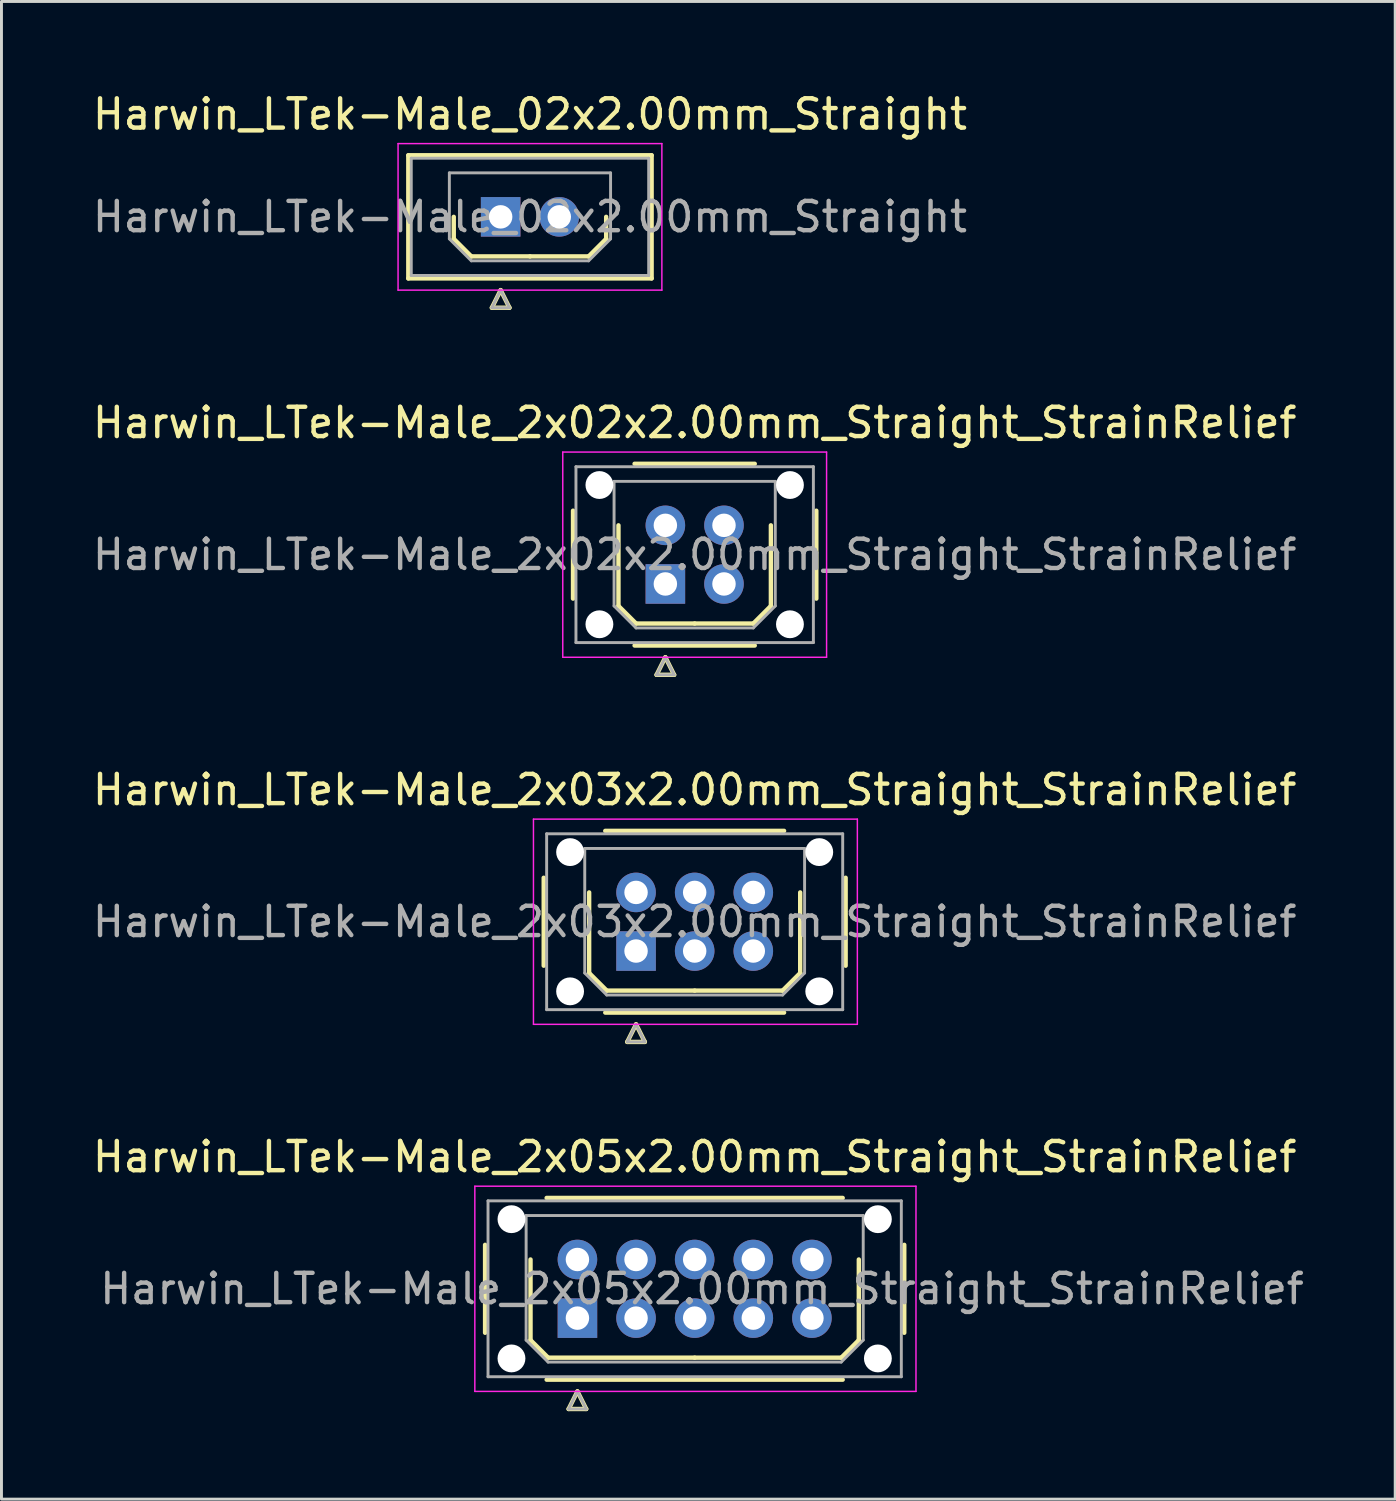
<source format=kicad_pcb>
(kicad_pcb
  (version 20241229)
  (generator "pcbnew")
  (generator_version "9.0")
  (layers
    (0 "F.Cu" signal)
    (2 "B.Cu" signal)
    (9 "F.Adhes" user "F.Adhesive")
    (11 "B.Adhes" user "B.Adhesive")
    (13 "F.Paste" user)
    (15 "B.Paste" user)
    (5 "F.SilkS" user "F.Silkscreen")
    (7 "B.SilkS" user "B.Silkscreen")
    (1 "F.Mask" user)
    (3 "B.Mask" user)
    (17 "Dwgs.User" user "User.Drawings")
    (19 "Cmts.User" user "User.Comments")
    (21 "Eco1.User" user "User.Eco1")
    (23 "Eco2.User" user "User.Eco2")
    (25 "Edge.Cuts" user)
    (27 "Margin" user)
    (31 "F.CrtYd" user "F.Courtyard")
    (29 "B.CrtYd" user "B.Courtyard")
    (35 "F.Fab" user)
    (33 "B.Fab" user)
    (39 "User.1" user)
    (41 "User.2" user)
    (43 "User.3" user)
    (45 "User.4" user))
  (footprint "Harwin_LTek-Male_02x2.00mm_Straight"
    (layer "F.Cu")
    (at 14.03 4.348)
    (property "Reference" "Harwin_LTek-Male_02x2.00mm_Straight" (at 1 -3.5 0) (layer "F.SilkS") (effects (font (size 1 1) (thickness 0.15))))
    (attr through_hole)
    (fp_line (start -3.15 -2.1) (end -3.15 2.1) (stroke (width 0.15) (type solid)) (layer "F.SilkS"))
    (fp_line (start -3.15 2.1) (end 5.15 2.1) (stroke (width 0.15) (type solid)) (layer "F.SilkS"))
    (fp_line (start -1.6 0) (end -1.6 0.75) (stroke (width 0.15) (type solid)) (layer "F.SilkS"))
    (fp_line (start -1.6 0.75) (end -1 1.35) (stroke (width 0.15) (type solid)) (layer "F.SilkS"))
    (fp_line (start -1 1.35) (end 1 1.35) (stroke (width 0.15) (type solid)) (layer "F.SilkS"))
    (fp_line (start -0.3 3.1) (end 0.3 3.1) (stroke (width 0.15) (type solid)) (layer "F.SilkS"))
    (fp_line (start 0 2.5) (end -0.3 3.1) (stroke (width 0.15) (type solid)) (layer "F.SilkS"))
    (fp_line (start 0.3 3.1) (end 0 2.5) (stroke (width 0.15) (type solid)) (layer "F.SilkS"))
    (fp_line (start 3 1.35) (end 1 1.35) (stroke (width 0.15) (type solid)) (layer "F.SilkS"))
    (fp_line (start 3.6 0) (end 3.6 0.75) (stroke (width 0.15) (type solid)) (layer "F.SilkS"))
    (fp_line (start 3.6 0.75) (end 3 1.35) (stroke (width 0.15) (type solid)) (layer "F.SilkS"))
    (fp_line (start 5.15 -2.1) (end -3.15 -2.1) (stroke (width 0.15) (type solid)) (layer "F.SilkS"))
    (fp_line (start 5.15 2.1) (end 5.15 -2.1) (stroke (width 0.15) (type solid)) (layer "F.SilkS"))
    (fp_line (start -3.5 -2.5) (end -3.5 2.5) (stroke (width 0.05) (type solid)) (layer "F.CrtYd"))
    (fp_line (start -3.5 2.5) (end 5.5 2.5) (stroke (width 0.05) (type solid)) (layer "F.CrtYd"))
    (fp_line (start 5.5 -2.5) (end -3.5 -2.5) (stroke (width 0.05) (type solid)) (layer "F.CrtYd"))
    (fp_line (start 5.5 2.5) (end 5.5 -2.5) (stroke (width 0.05) (type solid)) (layer "F.CrtYd"))
    (fp_line (start -3.05 -2) (end -3.05 2) (stroke (width 0.1) (type solid)) (layer "F.Fab"))
    (fp_line (start -3.05 2) (end 5.05 2) (stroke (width 0.1) (type solid)) (layer "F.Fab"))
    (fp_line (start -1.75 -1.5) (end 3.75 -1.5) (stroke (width 0.1) (type solid)) (layer "F.Fab"))
    (fp_line (start -1.75 0.75) (end -1.75 -1.5) (stroke (width 0.1) (type solid)) (layer "F.Fab"))
    (fp_line (start -1 1.5) (end -1.75 0.75) (stroke (width 0.1) (type solid)) (layer "F.Fab"))
    (fp_line (start -0.3 3.1) (end 0.3 3.1) (stroke (width 0.1) (type solid)) (layer "F.Fab"))
    (fp_line (start 0 2.5) (end -0.3 3.1) (stroke (width 0.1) (type solid)) (layer "F.Fab"))
    (fp_line (start 0.3 3.1) (end 0 2.5) (stroke (width 0.1) (type solid)) (layer "F.Fab"))
    (fp_line (start 3 1.5) (end -1 1.5) (stroke (width 0.1) (type solid)) (layer "F.Fab"))
    (fp_line (start 3.75 -1.5) (end 3.75 0.75) (stroke (width 0.1) (type solid)) (layer "F.Fab"))
    (fp_line (start 3.75 0.75) (end 3 1.5) (stroke (width 0.1) (type solid)) (layer "F.Fab"))
    (fp_line (start 5.05 -2) (end -3.05 -2) (stroke (width 0.1) (type solid)) (layer "F.Fab"))
    (fp_line (start 5.05 2) (end 5.05 -2) (stroke (width 0.1) (type solid)) (layer "F.Fab"))
    (fp_text user "${REFERENCE}" (at 1 0 0) (layer "F.Fab") (effects (font (size 1 1) (thickness 0.15))))
    (pad "1" thru_hole rect (at 0 0) (size 1.35 1.35) (drill 0.8) (layers "*.Cu" "*.Mask"))
    (pad "2" thru_hole circle (at 2 0) (size 1.35 1.35) (drill 0.8) (layers "*.Cu" "*.Mask")))
  (footprint "Harwin_LTek-Male_2x02x2.00mm_Straight_StrainRelief"
    (layer "F.Cu")
    (at 19.649 16.872)
    (property "Reference" "Harwin_LTek-Male_2x02x2.00mm_Straight_StrainRelief" (at 1 -5.5 0) (layer "F.SilkS") (effects (font (size 1 1) (thickness 0.15))))
    (attr through_hole)
    (fp_line (start -3.15 -2.5) (end -3.15 0.5) (stroke (width 0.15) (type solid)) (layer "F.SilkS"))
    (fp_line (start -1.6 -2) (end -1.6 0.75) (stroke (width 0.15) (type solid)) (layer "F.SilkS"))
    (fp_line (start -1.6 0.75) (end -1 1.35) (stroke (width 0.15) (type solid)) (layer "F.SilkS"))
    (fp_line (start -1.05 -4.1) (end 3.05 -4.1) (stroke (width 0.15) (type solid)) (layer "F.SilkS"))
    (fp_line (start -1.05 2.1) (end 3.05 2.1) (stroke (width 0.15) (type solid)) (layer "F.SilkS"))
    (fp_line (start -1 1.35) (end 1 1.35) (stroke (width 0.15) (type solid)) (layer "F.SilkS"))
    (fp_line (start -0.3 3.1) (end 0.3 3.1) (stroke (width 0.15) (type solid)) (layer "F.SilkS"))
    (fp_line (start 0 2.5) (end -0.3 3.1) (stroke (width 0.15) (type solid)) (layer "F.SilkS"))
    (fp_line (start 0.3 3.1) (end 0 2.5) (stroke (width 0.15) (type solid)) (layer "F.SilkS"))
    (fp_line (start 3 1.35) (end 1 1.35) (stroke (width 0.15) (type solid)) (layer "F.SilkS"))
    (fp_line (start 3.6 -2) (end 3.6 0.75) (stroke (width 0.15) (type solid)) (layer "F.SilkS"))
    (fp_line (start 3.6 0.75) (end 3 1.35) (stroke (width 0.15) (type solid)) (layer "F.SilkS"))
    (fp_line (start 5.15 -2.5) (end 5.15 0.5) (stroke (width 0.15) (type solid)) (layer "F.SilkS"))
    (fp_line (start -3.5 -4.5) (end -3.5 2.5) (stroke (width 0.05) (type solid)) (layer "F.CrtYd"))
    (fp_line (start -3.5 2.5) (end 5.5 2.5) (stroke (width 0.05) (type solid)) (layer "F.CrtYd"))
    (fp_line (start 5.5 -4.5) (end -3.5 -4.5) (stroke (width 0.05) (type solid)) (layer "F.CrtYd"))
    (fp_line (start 5.5 2.5) (end 5.5 -4.5) (stroke (width 0.05) (type solid)) (layer "F.CrtYd"))
    (fp_line (start -3.05 -4) (end -3.05 2) (stroke (width 0.1) (type solid)) (layer "F.Fab"))
    (fp_line (start -3.05 2) (end 5.05 2) (stroke (width 0.1) (type solid)) (layer "F.Fab"))
    (fp_line (start -1.75 -3.5) (end 3.75 -3.5) (stroke (width 0.1) (type solid)) (layer "F.Fab"))
    (fp_line (start -1.75 0.75) (end -1.75 -3.5) (stroke (width 0.1) (type solid)) (layer "F.Fab"))
    (fp_line (start -1 1.5) (end -1.75 0.75) (stroke (width 0.1) (type solid)) (layer "F.Fab"))
    (fp_line (start -0.3 3.1) (end 0.3 3.1) (stroke (width 0.1) (type solid)) (layer "F.Fab"))
    (fp_line (start 0 2.5) (end -0.3 3.1) (stroke (width 0.1) (type solid)) (layer "F.Fab"))
    (fp_line (start 0.3 3.1) (end 0 2.5) (stroke (width 0.1) (type solid)) (layer "F.Fab"))
    (fp_line (start 3 1.5) (end -1 1.5) (stroke (width 0.1) (type solid)) (layer "F.Fab"))
    (fp_line (start 3.75 -3.5) (end 3.75 0.75) (stroke (width 0.1) (type solid)) (layer "F.Fab"))
    (fp_line (start 3.75 0.75) (end 3 1.5) (stroke (width 0.1) (type solid)) (layer "F.Fab"))
    (fp_line (start 5.05 -4) (end -3.05 -4) (stroke (width 0.1) (type solid)) (layer "F.Fab"))
    (fp_line (start 5.05 2) (end 5.05 -4) (stroke (width 0.1) (type solid)) (layer "F.Fab"))
    (fp_text user "${REFERENCE}" (at 1 -1 0) (layer "F.Fab") (effects (font (size 1 1) (thickness 0.15))))
    (pad "" np_thru_hole circle (at -2.25 -3.375) (size 0.95 0.95) (drill 0.95) (layers "*.Cu" "*.Mask"))
    (pad "" np_thru_hole circle (at -2.25 1.375) (size 0.95 0.95) (drill 0.95) (layers "*.Cu" "*.Mask"))
    (pad "" np_thru_hole circle (at 4.25 -3.375) (size 0.95 0.95) (drill 0.95) (layers "*.Cu" "*.Mask"))
    (pad "" np_thru_hole circle (at 4.25 1.375) (size 0.95 0.95) (drill 0.95) (layers "*.Cu" "*.Mask"))
    (pad "1" thru_hole rect (at 0 0) (size 1.35 1.35) (drill 0.8) (layers "*.Cu" "*.Mask"))
    (pad "2" thru_hole circle (at 2 0) (size 1.35 1.35) (drill 0.8) (layers "*.Cu" "*.Mask"))
    (pad "3" thru_hole circle (at 0 -2) (size 1.35 1.35) (drill 0.8) (layers "*.Cu" "*.Mask"))
    (pad "4" thru_hole circle (at 2 -2) (size 1.35 1.35) (drill 0.8) (layers "*.Cu" "*.Mask")))
  (footprint "Harwin_LTek-Male_2x03x2.00mm_Straight_StrainRelief"
    (layer "F.Cu")
    (at 18.649 29.395)
    (property "Reference" "Harwin_LTek-Male_2x03x2.00mm_Straight_StrainRelief" (at 2 -5.5 0) (layer "F.SilkS") (effects (font (size 1 1) (thickness 0.15))))
    (attr through_hole)
    (fp_line (start -3.15 -2.5) (end -3.15 0.5) (stroke (width 0.15) (type solid)) (layer "F.SilkS"))
    (fp_line (start -1.6 -2) (end -1.6 0.75) (stroke (width 0.15) (type solid)) (layer "F.SilkS"))
    (fp_line (start -1.6 0.75) (end -1 1.35) (stroke (width 0.15) (type solid)) (layer "F.SilkS"))
    (fp_line (start -1.05 -4.1) (end 5.05 -4.1) (stroke (width 0.15) (type solid)) (layer "F.SilkS"))
    (fp_line (start -1.05 2.1) (end 5.05 2.1) (stroke (width 0.15) (type solid)) (layer "F.SilkS"))
    (fp_line (start -1 1.35) (end 2 1.35) (stroke (width 0.15) (type solid)) (layer "F.SilkS"))
    (fp_line (start -0.3 3.1) (end 0.3 3.1) (stroke (width 0.15) (type solid)) (layer "F.SilkS"))
    (fp_line (start 0 2.5) (end -0.3 3.1) (stroke (width 0.15) (type solid)) (layer "F.SilkS"))
    (fp_line (start 0.3 3.1) (end 0 2.5) (stroke (width 0.15) (type solid)) (layer "F.SilkS"))
    (fp_line (start 5 1.35) (end 2 1.35) (stroke (width 0.15) (type solid)) (layer "F.SilkS"))
    (fp_line (start 5.6 -2) (end 5.6 0.75) (stroke (width 0.15) (type solid)) (layer "F.SilkS"))
    (fp_line (start 5.6 0.75) (end 5 1.35) (stroke (width 0.15) (type solid)) (layer "F.SilkS"))
    (fp_line (start 7.15 -2.5) (end 7.15 0.5) (stroke (width 0.15) (type solid)) (layer "F.SilkS"))
    (fp_line (start -3.5 -4.5) (end -3.5 2.5) (stroke (width 0.05) (type solid)) (layer "F.CrtYd"))
    (fp_line (start -3.5 2.5) (end 7.55 2.5) (stroke (width 0.05) (type solid)) (layer "F.CrtYd"))
    (fp_line (start 7.55 -4.5) (end -3.5 -4.5) (stroke (width 0.05) (type solid)) (layer "F.CrtYd"))
    (fp_line (start 7.55 2.5) (end 7.55 -4.5) (stroke (width 0.05) (type solid)) (layer "F.CrtYd"))
    (fp_line (start -3.05 -4) (end -3.05 2) (stroke (width 0.1) (type solid)) (layer "F.Fab"))
    (fp_line (start -3.05 2) (end 7.05 2) (stroke (width 0.1) (type solid)) (layer "F.Fab"))
    (fp_line (start -1.75 -3.5) (end 5.75 -3.5) (stroke (width 0.1) (type solid)) (layer "F.Fab"))
    (fp_line (start -1.75 0.75) (end -1.75 -3.5) (stroke (width 0.1) (type solid)) (layer "F.Fab"))
    (fp_line (start -1 1.5) (end -1.75 0.75) (stroke (width 0.1) (type solid)) (layer "F.Fab"))
    (fp_line (start -0.3 3.1) (end 0.3 3.1) (stroke (width 0.1) (type solid)) (layer "F.Fab"))
    (fp_line (start 0 2.5) (end -0.3 3.1) (stroke (width 0.1) (type solid)) (layer "F.Fab"))
    (fp_line (start 0.3 3.1) (end 0 2.5) (stroke (width 0.1) (type solid)) (layer "F.Fab"))
    (fp_line (start 5 1.5) (end -1 1.5) (stroke (width 0.1) (type solid)) (layer "F.Fab"))
    (fp_line (start 5.75 -3.5) (end 5.75 0.75) (stroke (width 0.1) (type solid)) (layer "F.Fab"))
    (fp_line (start 5.75 0.75) (end 5 1.5) (stroke (width 0.1) (type solid)) (layer "F.Fab"))
    (fp_line (start 7.05 -4) (end -3.05 -4) (stroke (width 0.1) (type solid)) (layer "F.Fab"))
    (fp_line (start 7.05 2) (end 7.05 -4) (stroke (width 0.1) (type solid)) (layer "F.Fab"))
    (fp_text user "${REFERENCE}" (at 2 -1 0) (layer "F.Fab") (effects (font (size 1 1) (thickness 0.15))))
    (pad "" np_thru_hole circle (at -2.25 -3.375) (size 0.95 0.95) (drill 0.95) (layers "*.Cu" "*.Mask"))
    (pad "" np_thru_hole circle (at -2.25 1.375) (size 0.95 0.95) (drill 0.95) (layers "*.Cu" "*.Mask"))
    (pad "" np_thru_hole circle (at 6.25 -3.375) (size 0.95 0.95) (drill 0.95) (layers "*.Cu" "*.Mask"))
    (pad "" np_thru_hole circle (at 6.25 1.375) (size 0.95 0.95) (drill 0.95) (layers "*.Cu" "*.Mask"))
    (pad "1" thru_hole rect (at 0 0) (size 1.35 1.35) (drill 0.8) (layers "*.Cu" "*.Mask"))
    (pad "2" thru_hole circle (at 2 0) (size 1.35 1.35) (drill 0.8) (layers "*.Cu" "*.Mask"))
    (pad "3" thru_hole circle (at 4 0) (size 1.35 1.35) (drill 0.8) (layers "*.Cu" "*.Mask"))
    (pad "4" thru_hole circle (at 0 -2) (size 1.35 1.35) (drill 0.8) (layers "*.Cu" "*.Mask"))
    (pad "5" thru_hole circle (at 2 -2) (size 1.35 1.35) (drill 0.8) (layers "*.Cu" "*.Mask"))
    (pad "6" thru_hole circle (at 4 -2) (size 1.35 1.35) (drill 0.8) (layers "*.Cu" "*.Mask")))
  (footprint "Harwin_LTek-Male_2x05x2.00mm_Straight_StrainRelief"
    (layer "F.Cu")
    (at 16.649 41.918)
    (property "Reference" "Harwin_LTek-Male_2x05x2.00mm_Straight_StrainRelief" (at 4 -5.5 0) (layer "F.SilkS") (effects (font (size 1 1) (thickness 0.15))))
    (attr through_hole)
    (fp_line (start -3.15 -2.5) (end -3.15 0.5) (stroke (width 0.15) (type solid)) (layer "F.SilkS"))
    (fp_line (start -1.6 -2) (end -1.6 0.75) (stroke (width 0.15) (type solid)) (layer "F.SilkS"))
    (fp_line (start -1.6 0.75) (end -1 1.35) (stroke (width 0.15) (type solid)) (layer "F.SilkS"))
    (fp_line (start -1.05 -4.1) (end 9.05 -4.1) (stroke (width 0.15) (type solid)) (layer "F.SilkS"))
    (fp_line (start -1.05 2.1) (end 9.05 2.1) (stroke (width 0.15) (type solid)) (layer "F.SilkS"))
    (fp_line (start -1 1.35) (end 4 1.35) (stroke (width 0.15) (type solid)) (layer "F.SilkS"))
    (fp_line (start -0.3 3.1) (end 0.3 3.1) (stroke (width 0.15) (type solid)) (layer "F.SilkS"))
    (fp_line (start 0 2.5) (end -0.3 3.1) (stroke (width 0.15) (type solid)) (layer "F.SilkS"))
    (fp_line (start 0.3 3.1) (end 0 2.5) (stroke (width 0.15) (type solid)) (layer "F.SilkS"))
    (fp_line (start 9 1.35) (end 4 1.35) (stroke (width 0.15) (type solid)) (layer "F.SilkS"))
    (fp_line (start 9.6 -2) (end 9.6 0.75) (stroke (width 0.15) (type solid)) (layer "F.SilkS"))
    (fp_line (start 9.6 0.75) (end 9 1.35) (stroke (width 0.15) (type solid)) (layer "F.SilkS"))
    (fp_line (start 11.15 -2.5) (end 11.15 0.5) (stroke (width 0.15) (type solid)) (layer "F.SilkS"))
    (fp_line (start -3.5 -4.5) (end -3.5 2.5) (stroke (width 0.05) (type solid)) (layer "F.CrtYd"))
    (fp_line (start -3.5 2.5) (end 11.55 2.5) (stroke (width 0.05) (type solid)) (layer "F.CrtYd"))
    (fp_line (start 11.55 -4.5) (end -3.5 -4.5) (stroke (width 0.05) (type solid)) (layer "F.CrtYd"))
    (fp_line (start 11.55 2.5) (end 11.55 -4.5) (stroke (width 0.05) (type solid)) (layer "F.CrtYd"))
    (fp_line (start -3.05 -4) (end -3.05 2) (stroke (width 0.1) (type solid)) (layer "F.Fab"))
    (fp_line (start -3.05 2) (end 11.05 2) (stroke (width 0.1) (type solid)) (layer "F.Fab"))
    (fp_line (start -1.75 -3.5) (end 9.75 -3.5) (stroke (width 0.1) (type solid)) (layer "F.Fab"))
    (fp_line (start -1.75 0.75) (end -1.75 -3.5) (stroke (width 0.1) (type solid)) (layer "F.Fab"))
    (fp_line (start -1 1.5) (end -1.75 0.75) (stroke (width 0.1) (type solid)) (layer "F.Fab"))
    (fp_line (start -0.3 3.1) (end 0.3 3.1) (stroke (width 0.1) (type solid)) (layer "F.Fab"))
    (fp_line (start 0 2.5) (end -0.3 3.1) (stroke (width 0.1) (type solid)) (layer "F.Fab"))
    (fp_line (start 0.3 3.1) (end 0 2.5) (stroke (width 0.1) (type solid)) (layer "F.Fab"))
    (fp_line (start 9 1.5) (end -1 1.5) (stroke (width 0.1) (type solid)) (layer "F.Fab"))
    (fp_line (start 9.75 -3.5) (end 9.75 0.75) (stroke (width 0.1) (type solid)) (layer "F.Fab"))
    (fp_line (start 9.75 0.75) (end 9 1.5) (stroke (width 0.1) (type solid)) (layer "F.Fab"))
    (fp_line (start 11.05 -4) (end -3.05 -4) (stroke (width 0.1) (type solid)) (layer "F.Fab"))
    (fp_line (start 11.05 2) (end 11.05 -4) (stroke (width 0.1) (type solid)) (layer "F.Fab"))
    (fp_text user "${REFERENCE}" (at 4.25 -1 0) (layer "F.Fab") (effects (font (size 1 1) (thickness 0.15))))
    (pad "" np_thru_hole circle (at -2.25 -3.375) (size 0.95 0.95) (drill 0.95) (layers "*.Cu" "*.Mask"))
    (pad "" np_thru_hole circle (at -2.25 1.375) (size 0.95 0.95) (drill 0.95) (layers "*.Cu" "*.Mask"))
    (pad "" np_thru_hole circle (at 10.25 -3.375) (size 0.95 0.95) (drill 0.95) (layers "*.Cu" "*.Mask"))
    (pad "" np_thru_hole circle (at 10.25 1.375) (size 0.95 0.95) (drill 0.95) (layers "*.Cu" "*.Mask"))
    (pad "1" thru_hole rect (at 0 0) (size 1.35 1.35) (drill 0.8) (layers "*.Cu" "*.Mask"))
    (pad "2" thru_hole circle (at 2 0) (size 1.35 1.35) (drill 0.8) (layers "*.Cu" "*.Mask"))
    (pad "3" thru_hole circle (at 4 0) (size 1.35 1.35) (drill 0.8) (layers "*.Cu" "*.Mask"))
    (pad "4" thru_hole circle (at 6 0) (size 1.35 1.35) (drill 0.8) (layers "*.Cu" "*.Mask"))
    (pad "5" thru_hole circle (at 8 0) (size 1.35 1.35) (drill 0.8) (layers "*.Cu" "*.Mask"))
    (pad "6" thru_hole circle (at 0 -2) (size 1.35 1.35) (drill 0.8) (layers "*.Cu" "*.Mask"))
    (pad "7" thru_hole circle (at 2 -2) (size 1.35 1.35) (drill 0.8) (layers "*.Cu" "*.Mask"))
    (pad "8" thru_hole circle (at 4 -2) (size 1.35 1.35) (drill 0.8) (layers "*.Cu" "*.Mask"))
    (pad "9" thru_hole circle (at 6 -2) (size 1.35 1.35) (drill 0.8) (layers "*.Cu" "*.Mask"))
    (pad "10" thru_hole circle (at 8 -2) (size 1.35 1.35) (drill 0.8) (layers "*.Cu" "*.Mask")))
  (gr_rect
    (start -3 -3)
    (end 44.548 48.093)
    (stroke (width 0.1) (type default))
    (fill no)
    (layer "Edge.Cuts")))
</source>
